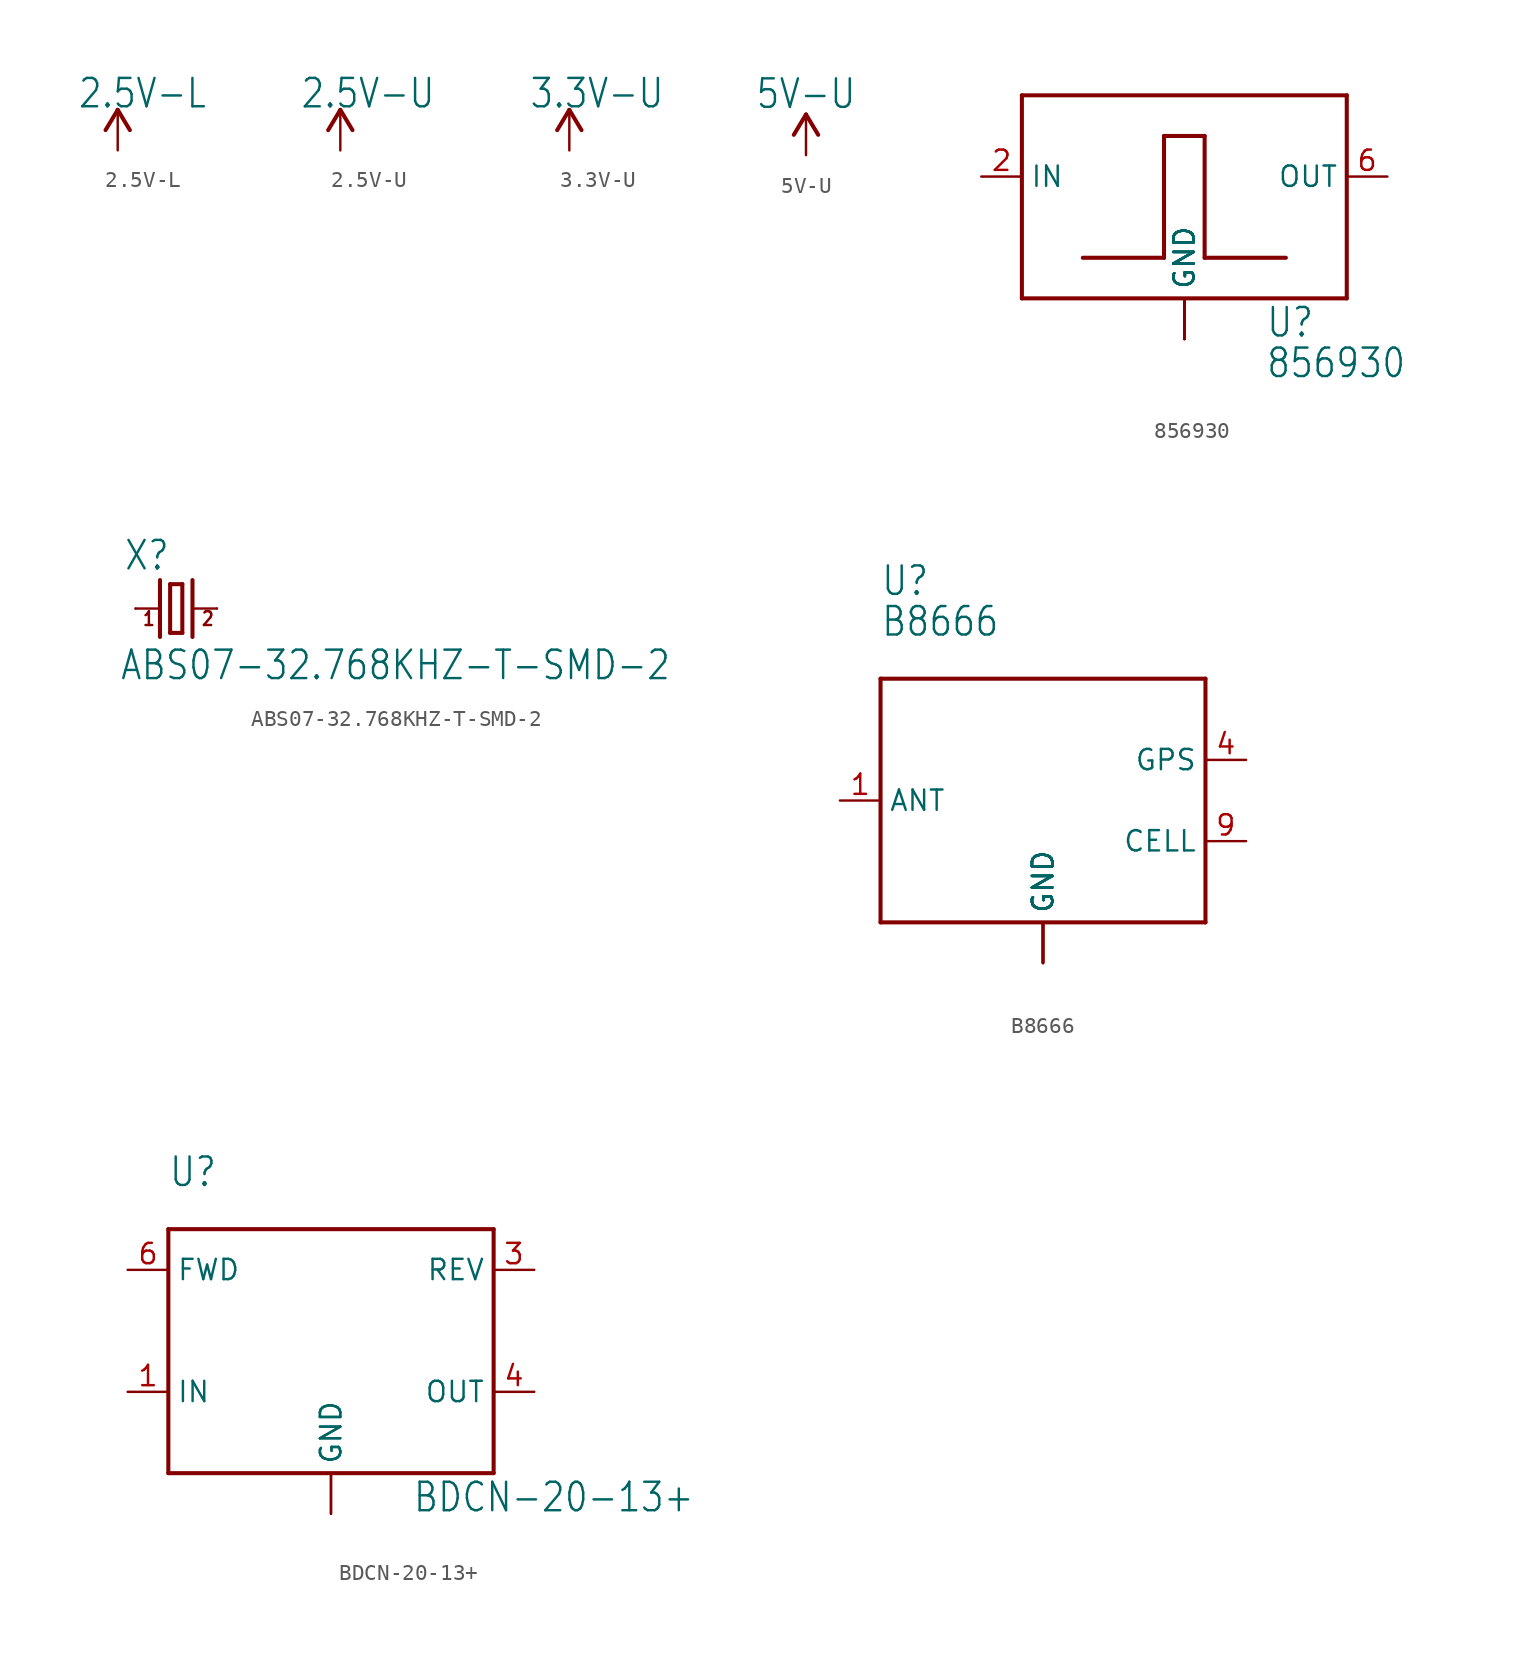
<source format=kicad_sym>
(kicad_symbol_lib
  (version 20211014)
  (generator kicad_symbol_editor)
  (symbol "2.5V-L"
    (power)
    (property "Reference" "#2.5V-L"
      (at 0 0 0)
      (effects (font (size 1.27 1.27)) hide))
    (property "Value" "2.5V-L"
      (at -2.54 0 0)
      (effects (font (size 1.778 1.511)) (justify left bottom)))
    (property "ki_locked" ""
      (at 0 0 0)
      (effects (font (size 1.27 1.27))))
    (symbol "2.5V-L_1_0"
      (polyline (pts (xy 0 0) (xy -0.762 -1.27)) (stroke (width 0.254) (type default) (color 0 0 0 0)) (fill (type none)))
      (polyline (pts (xy 0.762 -1.27) (xy 0 0)) (stroke (width 0.254) (type default) (color 0 0 0 0)) (fill (type none)))
      (pin power_in line (at 0 -2.54 90) (length 2.54) (name "2.5V-L" (effects (font (size 0 0)))) (number "1" (effects (font (size 0 0)))))))
  (symbol "2.5V-U"
    (power)
    (property "Reference" "#2.5V-U"
      (at 0 0 0)
      (effects (font (size 1.27 1.27)) hide))
    (property "Value" "2.5V-U"
      (at -2.54 0 0)
      (effects (font (size 1.778 1.511)) (justify left bottom)))
    (property "ki_locked" ""
      (at 0 0 0)
      (effects (font (size 1.27 1.27))))
    (symbol "2.5V-U_1_0"
      (polyline (pts (xy 0 0) (xy -0.762 -1.27)) (stroke (width 0.254) (type default) (color 0 0 0 0)) (fill (type none)))
      (polyline (pts (xy 0.762 -1.27) (xy 0 0)) (stroke (width 0.254) (type default) (color 0 0 0 0)) (fill (type none)))
      (pin power_in line (at 0 -2.54 90) (length 2.54) (name "2.5V-U" (effects (font (size 0 0)))) (number "1" (effects (font (size 0 0)))))))
  (symbol "3.3V-U"
    (power)
    (property "Reference" "#3.3V-U"
      (at 0 0 0)
      (effects (font (size 1.27 1.27)) hide))
    (property "Value" "3.3V-U"
      (at -2.54 0 0)
      (effects (font (size 1.778 1.511)) (justify left bottom)))
    (property "ki_locked" ""
      (at 0 0 0)
      (effects (font (size 1.27 1.27))))
    (symbol "3.3V-U_1_0"
      (polyline (pts (xy 0 0) (xy -0.762 -1.27)) (stroke (width 0.254) (type default) (color 0 0 0 0)) (fill (type none)))
      (polyline (pts (xy 0.762 -1.27) (xy 0 0)) (stroke (width 0.254) (type default) (color 0 0 0 0)) (fill (type none)))
      (pin power_in line (at 0 -2.54 90) (length 2.54) (name "3.3V-U" (effects (font (size 0 0)))) (number "1" (effects (font (size 0 0)))))))
  (symbol "5V-U"
    (power)
    (property "Reference" "#5V-U"
      (at 0 0 0)
      (effects (font (size 1.27 1.27)) hide))
    (property "Value" "5V-U"
      (at 0 0.254 0)
      (effects (font (size 1.778 1.511)) (justify bottom)))
    (property "ki_locked" ""
      (at 0 0 0)
      (effects (font (size 1.27 1.27))))
    (symbol "5V-U_1_0"
      (polyline (pts (xy 0 0) (xy -0.762 -1.27)) (stroke (width 0.254) (type default) (color 0 0 0 0)) (fill (type none)))
      (polyline (pts (xy 0.762 -1.27) (xy 0 0)) (stroke (width 0.254) (type default) (color 0 0 0 0)) (fill (type none)))
      (pin power_in line (at 0 -2.54 90) (length 2.54) (name "5V-U" (effects (font (size 0 0)))) (number "1" (effects (font (size 0 0)))))))
  (symbol "856930"
    (property "Reference" "U"
      (at 5.08 -10.16 0)
      (effects (font (size 1.778 1.511)) (justify left bottom)))
    (property "Value" "856930"
      (at 5.08 -12.7 0)
      (effects (font (size 1.778 1.511)) (justify left bottom)))
    (property "ki_locked" ""
      (at 0 0 0)
      (effects (font (size 1.27 1.27))))
    (symbol "856930_1_0"
      (polyline (pts (xy -10.16 -7.62) (xy 10.16 -7.62)) (stroke (width 0.254) (type default) (color 0 0 0 0)) (fill (type none)))
      (polyline (pts (xy -10.16 5.08) (xy -10.16 -7.62)) (stroke (width 0.254) (type default) (color 0 0 0 0)) (fill (type none)))
      (polyline (pts (xy -6.35 -5.08) (xy -1.27 -5.08)) (stroke (width 0.254) (type default) (color 0 0 0 0)) (fill (type none)))
      (polyline (pts (xy -1.27 -5.08) (xy -1.27 2.54)) (stroke (width 0.254) (type default) (color 0 0 0 0)) (fill (type none)))
      (polyline (pts (xy -1.27 2.54) (xy 1.27 2.54)) (stroke (width 0.254) (type default) (color 0 0 0 0)) (fill (type none)))
      (polyline (pts (xy 1.27 -5.08) (xy 6.35 -5.08)) (stroke (width 0.254) (type default) (color 0 0 0 0)) (fill (type none)))
      (polyline (pts (xy 1.27 2.54) (xy 1.27 -5.08)) (stroke (width 0.254) (type default) (color 0 0 0 0)) (fill (type none)))
      (polyline (pts (xy 10.16 -7.62) (xy 10.16 5.08)) (stroke (width 0.254) (type default) (color 0 0 0 0)) (fill (type none)))
      (polyline (pts (xy 10.16 5.08) (xy -10.16 5.08)) (stroke (width 0.254) (type default) (color 0 0 0 0)) (fill (type none)))
      (pin power_in line (at 0 -10.16 90) (length 2.54) (name "GND" (effects (font (size 1.27 1.27)))) (number "1" (effects (font (size 0 0)))))
      (pin input line (at -12.7 0 0) (length 2.54) (name "IN" (effects (font (size 1.27 1.27)))) (number "2" (effects (font (size 1.27 1.27)))))
      (pin power_in line (at 0 -10.16 90) (length 2.54) (name "GND" (effects (font (size 1.27 1.27)))) (number "3" (effects (font (size 0 0)))))
      (pin power_in line (at 0 -10.16 90) (length 2.54) (name "GND" (effects (font (size 1.27 1.27)))) (number "4" (effects (font (size 0 0)))))
      (pin power_in line (at 0 -10.16 90) (length 2.54) (name "GND" (effects (font (size 1.27 1.27)))) (number "5" (effects (font (size 0 0)))))
      (pin output line (at 12.7 0 180) (length 2.54) (name "OUT" (effects (font (size 1.27 1.27)))) (number "6" (effects (font (size 1.27 1.27)))))
      (pin power_in line (at 0 -10.16 90) (length 2.54) (name "GND" (effects (font (size 1.27 1.27)))) (number "7" (effects (font (size 0 0)))))
      (pin power_in line (at 0 -10.16 90) (length 2.54) (name "GND" (effects (font (size 1.27 1.27)))) (number "8" (effects (font (size 0 0)))))))
  (symbol "ABS07-32.768KHZ-T-SMD-2"
    (property "Reference" "X"
      (at -3.302 2.286 0)
      (effects (font (size 1.778 1.511)) (justify left bottom)))
    (property "Value" "ABS07-32.768KHZ-T-SMD-2"
      (at -3.556 -4.572 0)
      (effects (font (size 1.778 1.511)) (justify left bottom)))
    (property "ki_locked" ""
      (at 0 0 0)
      (effects (font (size 1.27 1.27))))
    (symbol "ABS07-32.768KHZ-T-SMD-2_1_0"
      (polyline (pts (xy -2.54 0) (xy -1.016 0)) (stroke (width 0.152) (type default) (color 0 0 0 0)) (fill (type none)))
      (polyline (pts (xy -1.016 1.778) (xy -1.016 -1.778)) (stroke (width 0.254) (type default) (color 0 0 0 0)) (fill (type none)))
      (polyline (pts (xy -0.381 -1.524) (xy 0.381 -1.524)) (stroke (width 0.254) (type default) (color 0 0 0 0)) (fill (type none)))
      (polyline (pts (xy -0.381 1.524) (xy -0.381 -1.524)) (stroke (width 0.254) (type default) (color 0 0 0 0)) (fill (type none)))
      (polyline (pts (xy 0.381 -1.524) (xy 0.381 1.524)) (stroke (width 0.254) (type default) (color 0 0 0 0)) (fill (type none)))
      (polyline (pts (xy 0.381 1.524) (xy -0.381 1.524)) (stroke (width 0.254) (type default) (color 0 0 0 0)) (fill (type none)))
      (polyline (pts (xy 1.016 0) (xy 2.54 0)) (stroke (width 0.152) (type default) (color 0 0 0 0)) (fill (type none)))
      (polyline (pts (xy 1.016 1.778) (xy 1.016 -1.778)) (stroke (width 0.254) (type default) (color 0 0 0 0)) (fill (type none)))
      (text "1" (at -2.159 -1.143 0) (effects (font (size 0.864 0.734)) (justify left bottom)))
      (text "2" (at 1.524 -1.143 0) (effects (font (size 0.864 0.734)) (justify left bottom)))
      (pin passive line (at -2.54 0 0) (length 0) (name "1" (effects (font (size 0 0)))) (number "1" (effects (font (size 0 0)))))
      (pin passive line (at 2.54 0 180) (length 0) (name "2" (effects (font (size 0 0)))) (number "2" (effects (font (size 0 0)))))))
  (symbol "B8666"
    (property "Reference" "U"
      (at -10.16 12.7 0)
      (effects (font (size 1.778 1.511)) (justify left bottom)))
    (property "Value" "B8666"
      (at -10.16 10.16 0)
      (effects (font (size 1.778 1.511)) (justify left bottom)))
    (property "ki_locked" ""
      (at 0 0 0)
      (effects (font (size 1.27 1.27))))
    (symbol "B8666_1_0"
      (polyline (pts (xy -10.16 -7.62) (xy 10.16 -7.62)) (stroke (width 0.254) (type default) (color 0 0 0 0)) (fill (type none)))
      (polyline (pts (xy -10.16 7.62) (xy -10.16 -7.62)) (stroke (width 0.254) (type default) (color 0 0 0 0)) (fill (type none)))
      (polyline (pts (xy 10.16 -7.62) (xy 10.16 7.62)) (stroke (width 0.254) (type default) (color 0 0 0 0)) (fill (type none)))
      (polyline (pts (xy 10.16 7.62) (xy -10.16 7.62)) (stroke (width 0.254) (type default) (color 0 0 0 0)) (fill (type none)))
      (pin input line (at -12.7 0 0) (length 2.54) (name "ANT" (effects (font (size 1.27 1.27)))) (number "1" (effects (font (size 1.27 1.27)))))
      (pin power_in line (at 0 -10.16 90) (length 2.54) (name "GND" (effects (font (size 1.27 1.27)))) (number "10" (effects (font (size 0 0)))))
      (pin power_in line (at 0 -10.16 90) (length 2.54) (name "GND" (effects (font (size 1.27 1.27)))) (number "2" (effects (font (size 0 0)))))
      (pin power_in line (at 0 -10.16 90) (length 2.54) (name "GND" (effects (font (size 1.27 1.27)))) (number "3" (effects (font (size 0 0)))))
      (pin output line (at 12.7 2.54 180) (length 2.54) (name "GPS" (effects (font (size 1.27 1.27)))) (number "4" (effects (font (size 1.27 1.27)))))
      (pin power_in line (at 0 -10.16 90) (length 2.54) (name "GND" (effects (font (size 1.27 1.27)))) (number "5" (effects (font (size 0 0)))))
      (pin power_in line (at 0 -10.16 90) (length 2.54) (name "GND" (effects (font (size 1.27 1.27)))) (number "6" (effects (font (size 0 0)))))
      (pin power_in line (at 0 -10.16 90) (length 2.54) (name "GND" (effects (font (size 1.27 1.27)))) (number "7" (effects (font (size 0 0)))))
      (pin power_in line (at 0 -10.16 90) (length 2.54) (name "GND" (effects (font (size 1.27 1.27)))) (number "8" (effects (font (size 0 0)))))
      (pin output line (at 12.7 -2.54 180) (length 2.54) (name "CELL" (effects (font (size 1.27 1.27)))) (number "9" (effects (font (size 1.27 1.27)))))))
  (symbol "BDCN-20-13+"
    (property "Reference" "U"
      (at -10.16 10.16 0)
      (effects (font (size 1.778 1.511)) (justify left bottom)))
    (property "Value" "BDCN-20-13+"
      (at 5.08 -10.16 0)
      (effects (font (size 1.778 1.511)) (justify left bottom)))
    (property "ki_locked" ""
      (at 0 0 0)
      (effects (font (size 1.27 1.27))))
    (symbol "BDCN-20-13+_1_0"
      (polyline (pts (xy -10.16 -7.62) (xy 10.16 -7.62)) (stroke (width 0.254) (type default) (color 0 0 0 0)) (fill (type none)))
      (polyline (pts (xy -10.16 7.62) (xy -10.16 -7.62)) (stroke (width 0.254) (type default) (color 0 0 0 0)) (fill (type none)))
      (polyline (pts (xy 10.16 -7.62) (xy 10.16 7.62)) (stroke (width 0.254) (type default) (color 0 0 0 0)) (fill (type none)))
      (polyline (pts (xy 10.16 7.62) (xy -10.16 7.62)) (stroke (width 0.254) (type default) (color 0 0 0 0)) (fill (type none)))
      (pin input line (at -12.7 -2.54 0) (length 2.54) (name "IN" (effects (font (size 1.27 1.27)))) (number "1" (effects (font (size 1.27 1.27)))))
      (pin power_in line (at 0 -10.16 90) (length 2.54) (name "GND" (effects (font (size 1.27 1.27)))) (number "2" (effects (font (size 0 0)))))
      (pin output line (at 12.7 5.08 180) (length 2.54) (name "REV" (effects (font (size 1.27 1.27)))) (number "3" (effects (font (size 1.27 1.27)))))
      (pin output line (at 12.7 -2.54 180) (length 2.54) (name "OUT" (effects (font (size 1.27 1.27)))) (number "4" (effects (font (size 1.27 1.27)))))
      (pin power_in line (at 0 -10.16 90) (length 2.54) (name "GND" (effects (font (size 1.27 1.27)))) (number "5" (effects (font (size 0 0)))))
      (pin output line (at -12.7 5.08 0) (length 2.54) (name "FWD" (effects (font (size 1.27 1.27)))) (number "6" (effects (font (size 1.27 1.27))))))))
</source>
